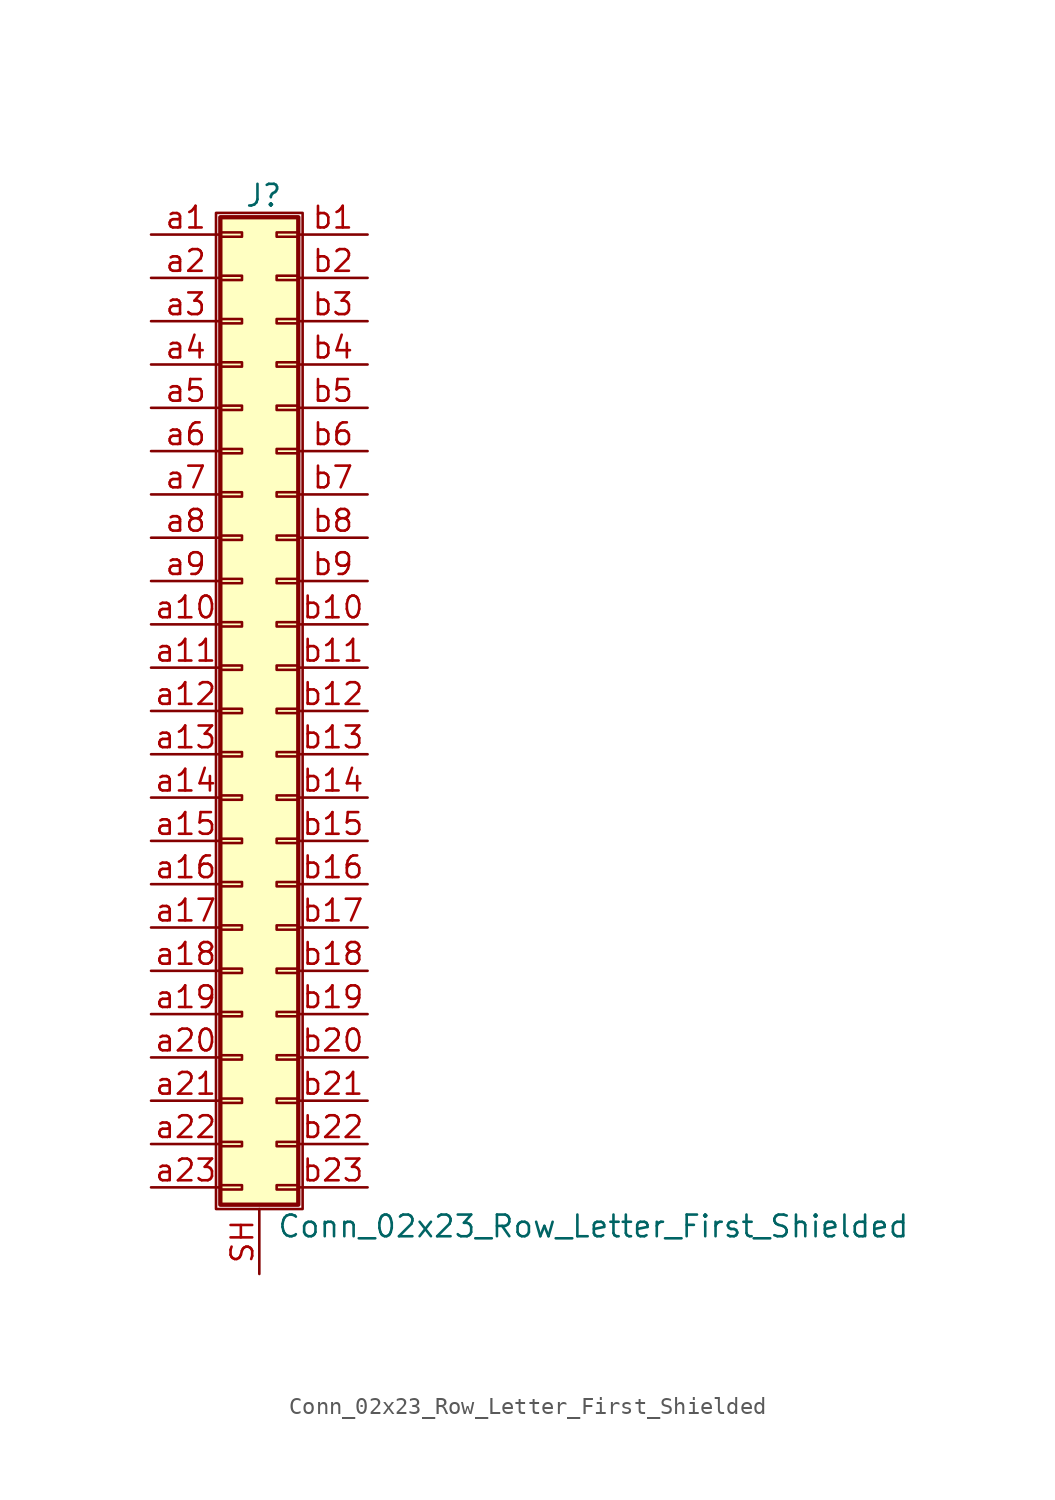
<source format=kicad_sym>
(kicad_symbol_lib
  (version 20211014)
  (generator kicad_symbol_editor)
  (symbol "Conn_02x23_Row_Letter_First_Shielded"
    (pin_names
      (offset 1.016) hide)
    (property "Reference" "J"
      (at 1.524 30.226 0)
      (effects (font (size 1.27 1.27))))
    (property "Value" "Conn_02x23_Row_Letter_First_Shielded"
      (at 2.286 -30.226 0)
      (effects (font (size 1.27 1.27)) (justify left)))
    (symbol "Conn_02x23_Row_Letter_First_Shielded_1_1"
      (rectangle (start -1.27 29.21) (end 3.81 -29.21) (stroke (width 0.152) (type default) (color 0 0 0 0)) (fill (type none)))
      (rectangle (start -1.016 -27.813) (end 0.254 -28.067) (stroke (width 0.152) (type default) (color 0 0 0 0)) (fill (type none)))
      (rectangle (start -1.016 -25.273) (end 0.254 -25.527) (stroke (width 0.152) (type default) (color 0 0 0 0)) (fill (type none)))
      (rectangle (start -1.016 -22.733) (end 0.254 -22.987) (stroke (width 0.152) (type default) (color 0 0 0 0)) (fill (type none)))
      (rectangle (start -1.016 -20.193) (end 0.254 -20.447) (stroke (width 0.152) (type default) (color 0 0 0 0)) (fill (type none)))
      (rectangle (start -1.016 -17.653) (end 0.254 -17.907) (stroke (width 0.152) (type default) (color 0 0 0 0)) (fill (type none)))
      (rectangle (start -1.016 -15.113) (end 0.254 -15.367) (stroke (width 0.152) (type default) (color 0 0 0 0)) (fill (type none)))
      (rectangle (start -1.016 -12.573) (end 0.254 -12.827) (stroke (width 0.152) (type default) (color 0 0 0 0)) (fill (type none)))
      (rectangle (start -1.016 -10.033) (end 0.254 -10.287) (stroke (width 0.152) (type default) (color 0 0 0 0)) (fill (type none)))
      (rectangle (start -1.016 -7.493) (end 0.254 -7.747) (stroke (width 0.152) (type default) (color 0 0 0 0)) (fill (type none)))
      (rectangle (start -1.016 -4.953) (end 0.254 -5.207) (stroke (width 0.152) (type default) (color 0 0 0 0)) (fill (type none)))
      (rectangle (start -1.016 -2.413) (end 0.254 -2.667) (stroke (width 0.152) (type default) (color 0 0 0 0)) (fill (type none)))
      (rectangle (start -1.016 0.127) (end 0.254 -0.127) (stroke (width 0.152) (type default) (color 0 0 0 0)) (fill (type none)))
      (rectangle (start -1.016 2.667) (end 0.254 2.413) (stroke (width 0.152) (type default) (color 0 0 0 0)) (fill (type none)))
      (rectangle (start -1.016 5.207) (end 0.254 4.953) (stroke (width 0.152) (type default) (color 0 0 0 0)) (fill (type none)))
      (rectangle (start -1.016 7.747) (end 0.254 7.493) (stroke (width 0.152) (type default) (color 0 0 0 0)) (fill (type none)))
      (rectangle (start -1.016 10.287) (end 0.254 10.033) (stroke (width 0.152) (type default) (color 0 0 0 0)) (fill (type none)))
      (rectangle (start -1.016 12.827) (end 0.254 12.573) (stroke (width 0.152) (type default) (color 0 0 0 0)) (fill (type none)))
      (rectangle (start -1.016 15.367) (end 0.254 15.113) (stroke (width 0.152) (type default) (color 0 0 0 0)) (fill (type none)))
      (rectangle (start -1.016 17.907) (end 0.254 17.653) (stroke (width 0.152) (type default) (color 0 0 0 0)) (fill (type none)))
      (rectangle (start -1.016 20.447) (end 0.254 20.193) (stroke (width 0.152) (type default) (color 0 0 0 0)) (fill (type none)))
      (rectangle (start -1.016 22.987) (end 0.254 22.733) (stroke (width 0.152) (type default) (color 0 0 0 0)) (fill (type none)))
      (rectangle (start -1.016 25.527) (end 0.254 25.273) (stroke (width 0.152) (type default) (color 0 0 0 0)) (fill (type none)))
      (rectangle (start -1.016 28.067) (end 0.254 27.813) (stroke (width 0.152) (type default) (color 0 0 0 0)) (fill (type none)))
      (rectangle (start -1.016 28.956) (end 3.556 -28.956) (stroke (width 0.254) (type default) (color 0 0 0 0)) (fill (type background)))
      (rectangle (start 3.556 -27.813) (end 2.286 -28.067) (stroke (width 0.152) (type default) (color 0 0 0 0)) (fill (type none)))
      (rectangle (start 3.556 -25.273) (end 2.286 -25.527) (stroke (width 0.152) (type default) (color 0 0 0 0)) (fill (type none)))
      (rectangle (start 3.556 -22.733) (end 2.286 -22.987) (stroke (width 0.152) (type default) (color 0 0 0 0)) (fill (type none)))
      (rectangle (start 3.556 -20.193) (end 2.286 -20.447) (stroke (width 0.152) (type default) (color 0 0 0 0)) (fill (type none)))
      (rectangle (start 3.556 -17.653) (end 2.286 -17.907) (stroke (width 0.152) (type default) (color 0 0 0 0)) (fill (type none)))
      (rectangle (start 3.556 -15.113) (end 2.286 -15.367) (stroke (width 0.152) (type default) (color 0 0 0 0)) (fill (type none)))
      (rectangle (start 3.556 -12.573) (end 2.286 -12.827) (stroke (width 0.152) (type default) (color 0 0 0 0)) (fill (type none)))
      (rectangle (start 3.556 -10.033) (end 2.286 -10.287) (stroke (width 0.152) (type default) (color 0 0 0 0)) (fill (type none)))
      (rectangle (start 3.556 -7.493) (end 2.286 -7.747) (stroke (width 0.152) (type default) (color 0 0 0 0)) (fill (type none)))
      (rectangle (start 3.556 -4.953) (end 2.286 -5.207) (stroke (width 0.152) (type default) (color 0 0 0 0)) (fill (type none)))
      (rectangle (start 3.556 -2.413) (end 2.286 -2.667) (stroke (width 0.152) (type default) (color 0 0 0 0)) (fill (type none)))
      (rectangle (start 3.556 0.127) (end 2.286 -0.127) (stroke (width 0.152) (type default) (color 0 0 0 0)) (fill (type none)))
      (rectangle (start 3.556 2.667) (end 2.286 2.413) (stroke (width 0.152) (type default) (color 0 0 0 0)) (fill (type none)))
      (rectangle (start 3.556 5.207) (end 2.286 4.953) (stroke (width 0.152) (type default) (color 0 0 0 0)) (fill (type none)))
      (rectangle (start 3.556 7.747) (end 2.286 7.493) (stroke (width 0.152) (type default) (color 0 0 0 0)) (fill (type none)))
      (rectangle (start 3.556 10.287) (end 2.286 10.033) (stroke (width 0.152) (type default) (color 0 0 0 0)) (fill (type none)))
      (rectangle (start 3.556 12.827) (end 2.286 12.573) (stroke (width 0.152) (type default) (color 0 0 0 0)) (fill (type none)))
      (rectangle (start 3.556 15.367) (end 2.286 15.113) (stroke (width 0.152) (type default) (color 0 0 0 0)) (fill (type none)))
      (rectangle (start 3.556 17.907) (end 2.286 17.653) (stroke (width 0.152) (type default) (color 0 0 0 0)) (fill (type none)))
      (rectangle (start 3.556 20.447) (end 2.286 20.193) (stroke (width 0.152) (type default) (color 0 0 0 0)) (fill (type none)))
      (rectangle (start 3.556 22.987) (end 2.286 22.733) (stroke (width 0.152) (type default) (color 0 0 0 0)) (fill (type none)))
      (rectangle (start 3.556 25.527) (end 2.286 25.273) (stroke (width 0.152) (type default) (color 0 0 0 0)) (fill (type none)))
      (rectangle (start 3.556 28.067) (end 2.286 27.813) (stroke (width 0.152) (type default) (color 0 0 0 0)) (fill (type none)))
      (pin passive line (at 1.27 -33.02 90) (length 3.81) (name "Shield" (effects (font (size 1.27 1.27)))) (number "SH" (effects (font (size 1.27 1.27)))))
      (pin passive line (at -5.08 27.94 0) (length 4.064) (name "Pin_a1" (effects (font (size 1.27 1.27)))) (number "a1" (effects (font (size 1.27 1.27)))))
      (pin passive line (at -5.08 5.08 0) (length 4.064) (name "Pin_a10" (effects (font (size 1.27 1.27)))) (number "a10" (effects (font (size 1.27 1.27)))))
      (pin passive line (at -5.08 2.54 0) (length 4.064) (name "Pin_a11" (effects (font (size 1.27 1.27)))) (number "a11" (effects (font (size 1.27 1.27)))))
      (pin passive line (at -5.08 0 0) (length 4.064) (name "Pin_a12" (effects (font (size 1.27 1.27)))) (number "a12" (effects (font (size 1.27 1.27)))))
      (pin passive line (at -5.08 -2.54 0) (length 4.064) (name "Pin_a13" (effects (font (size 1.27 1.27)))) (number "a13" (effects (font (size 1.27 1.27)))))
      (pin passive line (at -5.08 -5.08 0) (length 4.064) (name "Pin_a14" (effects (font (size 1.27 1.27)))) (number "a14" (effects (font (size 1.27 1.27)))))
      (pin passive line (at -5.08 -7.62 0) (length 4.064) (name "Pin_a15" (effects (font (size 1.27 1.27)))) (number "a15" (effects (font (size 1.27 1.27)))))
      (pin passive line (at -5.08 -10.16 0) (length 4.064) (name "Pin_a16" (effects (font (size 1.27 1.27)))) (number "a16" (effects (font (size 1.27 1.27)))))
      (pin passive line (at -5.08 -12.7 0) (length 4.064) (name "Pin_a17" (effects (font (size 1.27 1.27)))) (number "a17" (effects (font (size 1.27 1.27)))))
      (pin passive line (at -5.08 -15.24 0) (length 4.064) (name "Pin_a18" (effects (font (size 1.27 1.27)))) (number "a18" (effects (font (size 1.27 1.27)))))
      (pin passive line (at -5.08 -17.78 0) (length 4.064) (name "Pin_a19" (effects (font (size 1.27 1.27)))) (number "a19" (effects (font (size 1.27 1.27)))))
      (pin passive line (at -5.08 25.4 0) (length 4.064) (name "Pin_a2" (effects (font (size 1.27 1.27)))) (number "a2" (effects (font (size 1.27 1.27)))))
      (pin passive line (at -5.08 -20.32 0) (length 4.064) (name "Pin_a20" (effects (font (size 1.27 1.27)))) (number "a20" (effects (font (size 1.27 1.27)))))
      (pin passive line (at -5.08 -22.86 0) (length 4.064) (name "Pin_a21" (effects (font (size 1.27 1.27)))) (number "a21" (effects (font (size 1.27 1.27)))))
      (pin passive line (at -5.08 -25.4 0) (length 4.064) (name "Pin_a22" (effects (font (size 1.27 1.27)))) (number "a22" (effects (font (size 1.27 1.27)))))
      (pin passive line (at -5.08 -27.94 0) (length 4.064) (name "Pin_a23" (effects (font (size 1.27 1.27)))) (number "a23" (effects (font (size 1.27 1.27)))))
      (pin passive line (at -5.08 22.86 0) (length 4.064) (name "Pin_a3" (effects (font (size 1.27 1.27)))) (number "a3" (effects (font (size 1.27 1.27)))))
      (pin passive line (at -5.08 20.32 0) (length 4.064) (name "Pin_a4" (effects (font (size 1.27 1.27)))) (number "a4" (effects (font (size 1.27 1.27)))))
      (pin passive line (at -5.08 17.78 0) (length 4.064) (name "Pin_a5" (effects (font (size 1.27 1.27)))) (number "a5" (effects (font (size 1.27 1.27)))))
      (pin passive line (at -5.08 15.24 0) (length 4.064) (name "Pin_a6" (effects (font (size 1.27 1.27)))) (number "a6" (effects (font (size 1.27 1.27)))))
      (pin passive line (at -5.08 12.7 0) (length 4.064) (name "Pin_a7" (effects (font (size 1.27 1.27)))) (number "a7" (effects (font (size 1.27 1.27)))))
      (pin passive line (at -5.08 10.16 0) (length 4.064) (name "Pin_a8" (effects (font (size 1.27 1.27)))) (number "a8" (effects (font (size 1.27 1.27)))))
      (pin passive line (at -5.08 7.62 0) (length 4.064) (name "Pin_a9" (effects (font (size 1.27 1.27)))) (number "a9" (effects (font (size 1.27 1.27)))))
      (pin passive line (at 7.62 27.94 180) (length 4.064) (name "Pin_b1" (effects (font (size 1.27 1.27)))) (number "b1" (effects (font (size 1.27 1.27)))))
      (pin passive line (at 7.62 5.08 180) (length 4.064) (name "Pin_b10" (effects (font (size 1.27 1.27)))) (number "b10" (effects (font (size 1.27 1.27)))))
      (pin passive line (at 7.62 2.54 180) (length 4.064) (name "Pin_b11" (effects (font (size 1.27 1.27)))) (number "b11" (effects (font (size 1.27 1.27)))))
      (pin passive line (at 7.62 0 180) (length 4.064) (name "Pin_b12" (effects (font (size 1.27 1.27)))) (number "b12" (effects (font (size 1.27 1.27)))))
      (pin passive line (at 7.62 -2.54 180) (length 4.064) (name "Pin_b13" (effects (font (size 1.27 1.27)))) (number "b13" (effects (font (size 1.27 1.27)))))
      (pin passive line (at 7.62 -5.08 180) (length 4.064) (name "Pin_b14" (effects (font (size 1.27 1.27)))) (number "b14" (effects (font (size 1.27 1.27)))))
      (pin passive line (at 7.62 -7.62 180) (length 4.064) (name "Pin_b15" (effects (font (size 1.27 1.27)))) (number "b15" (effects (font (size 1.27 1.27)))))
      (pin passive line (at 7.62 -10.16 180) (length 4.064) (name "Pin_b16" (effects (font (size 1.27 1.27)))) (number "b16" (effects (font (size 1.27 1.27)))))
      (pin passive line (at 7.62 -12.7 180) (length 4.064) (name "Pin_b17" (effects (font (size 1.27 1.27)))) (number "b17" (effects (font (size 1.27 1.27)))))
      (pin passive line (at 7.62 -15.24 180) (length 4.064) (name "Pin_b18" (effects (font (size 1.27 1.27)))) (number "b18" (effects (font (size 1.27 1.27)))))
      (pin passive line (at 7.62 -17.78 180) (length 4.064) (name "Pin_b19" (effects (font (size 1.27 1.27)))) (number "b19" (effects (font (size 1.27 1.27)))))
      (pin passive line (at 7.62 25.4 180) (length 4.064) (name "Pin_b2" (effects (font (size 1.27 1.27)))) (number "b2" (effects (font (size 1.27 1.27)))))
      (pin passive line (at 7.62 -20.32 180) (length 4.064) (name "Pin_b20" (effects (font (size 1.27 1.27)))) (number "b20" (effects (font (size 1.27 1.27)))))
      (pin passive line (at 7.62 -22.86 180) (length 4.064) (name "Pin_b21" (effects (font (size 1.27 1.27)))) (number "b21" (effects (font (size 1.27 1.27)))))
      (pin passive line (at 7.62 -25.4 180) (length 4.064) (name "Pin_b22" (effects (font (size 1.27 1.27)))) (number "b22" (effects (font (size 1.27 1.27)))))
      (pin passive line (at 7.62 -27.94 180) (length 4.064) (name "Pin_b23" (effects (font (size 1.27 1.27)))) (number "b23" (effects (font (size 1.27 1.27)))))
      (pin passive line (at 7.62 22.86 180) (length 4.064) (name "Pin_b3" (effects (font (size 1.27 1.27)))) (number "b3" (effects (font (size 1.27 1.27)))))
      (pin passive line (at 7.62 20.32 180) (length 4.064) (name "Pin_b4" (effects (font (size 1.27 1.27)))) (number "b4" (effects (font (size 1.27 1.27)))))
      (pin passive line (at 7.62 17.78 180) (length 4.064) (name "Pin_b5" (effects (font (size 1.27 1.27)))) (number "b5" (effects (font (size 1.27 1.27)))))
      (pin passive line (at 7.62 15.24 180) (length 4.064) (name "Pin_b6" (effects (font (size 1.27 1.27)))) (number "b6" (effects (font (size 1.27 1.27)))))
      (pin passive line (at 7.62 12.7 180) (length 4.064) (name "Pin_b7" (effects (font (size 1.27 1.27)))) (number "b7" (effects (font (size 1.27 1.27)))))
      (pin passive line (at 7.62 10.16 180) (length 4.064) (name "Pin_b8" (effects (font (size 1.27 1.27)))) (number "b8" (effects (font (size 1.27 1.27)))))
      (pin passive line (at 7.62 7.62 180) (length 4.064) (name "Pin_b9" (effects (font (size 1.27 1.27)))) (number "b9" (effects (font (size 1.27 1.27))))))))
</source>
